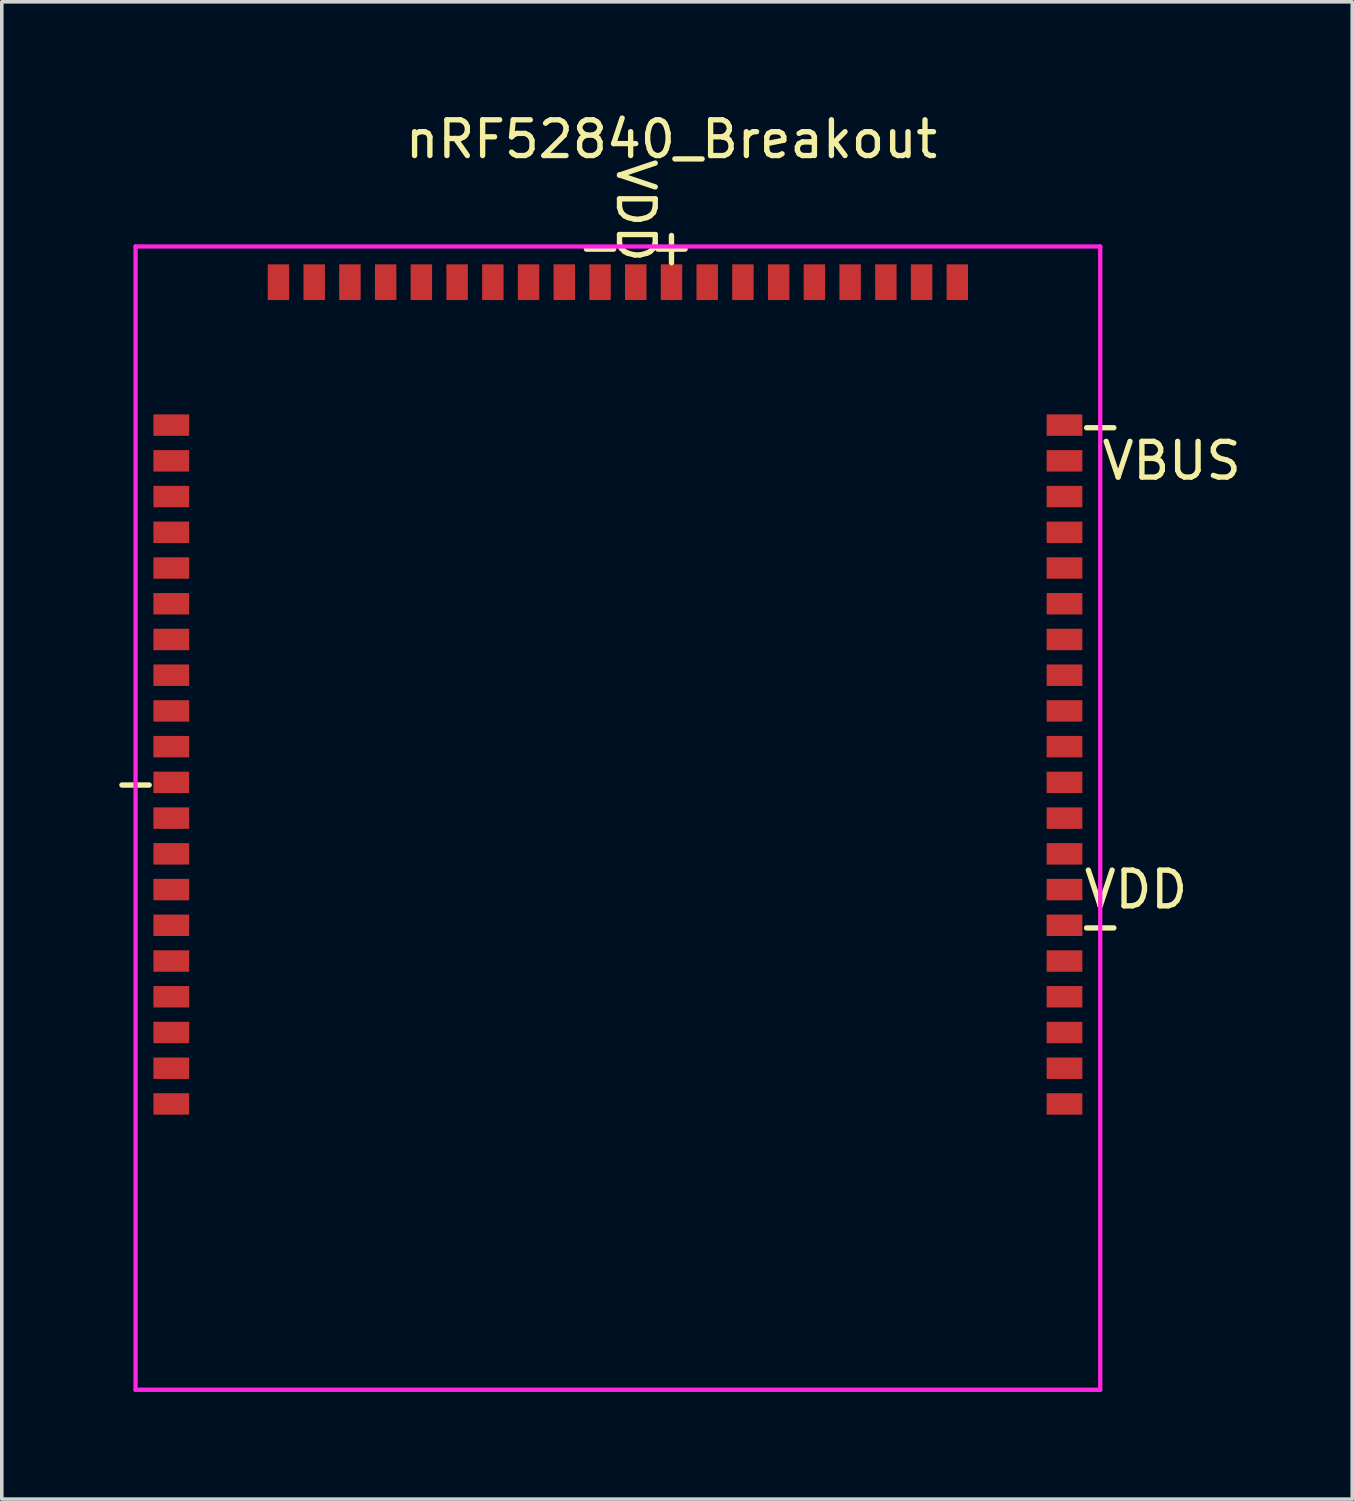
<source format=kicad_pcb>
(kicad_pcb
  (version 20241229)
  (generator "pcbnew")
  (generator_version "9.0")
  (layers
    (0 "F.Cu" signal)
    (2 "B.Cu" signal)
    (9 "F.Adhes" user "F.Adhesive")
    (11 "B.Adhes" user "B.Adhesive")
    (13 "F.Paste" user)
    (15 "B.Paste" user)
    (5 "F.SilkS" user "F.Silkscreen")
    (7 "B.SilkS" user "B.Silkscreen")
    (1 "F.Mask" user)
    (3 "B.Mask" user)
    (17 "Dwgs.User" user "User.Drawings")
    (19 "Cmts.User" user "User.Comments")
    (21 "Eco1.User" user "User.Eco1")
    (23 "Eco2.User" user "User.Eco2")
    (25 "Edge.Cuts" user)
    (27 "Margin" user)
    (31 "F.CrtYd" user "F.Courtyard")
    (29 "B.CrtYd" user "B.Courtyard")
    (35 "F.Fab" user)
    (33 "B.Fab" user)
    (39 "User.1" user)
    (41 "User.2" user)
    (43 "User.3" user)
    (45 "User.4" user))
  (footprint "nRF52840_Breakout"
    (layer "F.Cu")
    (at 14.744 4.848)
    (property "Reference" "nRF52840_Breakout" (at 1 -4 0) (unlocked yes) (layer "F.SilkS") (effects (font (size 1 1) (thickness 0.15))))
    (fp_line (start -14 -1) (end -14 31) (stroke (width 0.12) (type solid)) (layer "F.CrtYd"))
    (fp_line (start -14 31) (end 13 31) (stroke (width 0.12) (type solid)) (layer "F.CrtYd"))
    (fp_line (start 13 -1) (end -14 -1) (stroke (width 0.12) (type solid)) (layer "F.CrtYd"))
    (fp_line (start 13 31) (end 13 -1) (stroke (width 0.12) (type solid)) (layer "F.CrtYd"))
    (fp_text user "VDD" (at 14 17 0) (unlocked yes) (layer "F.SilkS") (effects (font (size 1 1) (thickness 0.15))))
    (fp_text user "-" (at -14 14 0) (unlocked yes) (layer "F.SilkS") (effects (font (size 1 1) (thickness 0.15))))
    (fp_text user "VDD" (at 0 -2 270) (unlocked yes) (layer "F.SilkS") (effects (font (size 1 1) (thickness 0.15))))
    (fp_text user "VBUS" (at 15 5 0) (unlocked yes) (layer "F.SilkS") (effects (font (size 1 1) (thickness 0.15))))
    (fp_text user "+" (at 1 -1 0) (unlocked yes) (layer "F.SilkS") (effects (font (size 1 1) (thickness 0.15))))
    (fp_text user "-" (at 13 18 0) (unlocked yes) (layer "F.SilkS") (effects (font (size 1 1) (thickness 0.15))))
    (fp_text user "-" (at 13 4 0) (unlocked yes) (layer "F.SilkS") (effects (font (size 1 1) (thickness 0.15))))
    (fp_text user "-" (at -1 -1 0) (unlocked yes) (layer "F.SilkS") (effects (font (size 1 1) (thickness 0.15))))
    (pad "A8" smd rect (at 12 22) (size 1 0.6) (layers "F.Cu" "F.Mask" "F.Paste"))
    (pad "A10" smd rect (at 12 20) (size 1 0.6) (layers "F.Cu" "F.Mask" "F.Paste"))
    (pad "A12" smd rect (at 12 21) (size 1 0.6) (layers "F.Cu" "F.Mask" "F.Paste"))
    (pad "A14" smd rect (at -13 21) (size 1 0.6) (layers "F.Cu" "F.Mask" "F.Paste"))
    (pad "A16" smd rect (at -13 19) (size 1 0.6) (layers "F.Cu" "F.Mask" "F.Paste"))
    (pad "A20" smd rect (at -13 16) (size 1 0.6) (layers "F.Cu" "F.Mask" "F.Paste"))
    (pad "AA24" smd rect (at -13 7) (size 1 0.6) (layers "F.Cu" "F.Mask" "F.Paste"))
    (pad "AC9" smd rect (at 6 0) (size 0.6 1) (layers "F.Cu" "F.Mask" "F.Paste"))
    (pad "AC11" smd rect (at 4 0) (size 0.6 1) (layers "F.Cu" "F.Mask" "F.Paste"))
    (pad "AC13" smd rect (at -13 5) (size 1 0.6) (layers "F.Cu" "F.Mask" "F.Paste"))
    (pad "AC15" smd rect (at 2 0) (size 0.6 1) (layers "F.Cu" "F.Mask" "F.Paste"))
    (pad "AC17" smd rect (at -5 0) (size 0.6 1) (layers "F.Cu" "F.Mask" "F.Paste"))
    (pad "AC19" smd rect (at -7 0) (size 0.6 1) (layers "F.Cu" "F.Mask" "F.Paste"))
    (pad "AC21" smd rect (at -9 0) (size 0.6 1) (layers "F.Cu" "F.Mask" "F.Paste"))
    (pad "AC24" smd rect (at -13 6) (size 1 0.6) (layers "F.Cu" "F.Mask" "F.Paste"))
    (pad "AD2" smd rect (at 12 5) (size 1 0.6) (layers "F.Cu" "F.Mask" "F.Paste"))
    (pad "AD4" smd rect (at 9 0) (size 0.6 1) (layers "F.Cu" "F.Mask" "F.Paste"))
    (pad "AD6" smd rect (at 8 0) (size 0.6 1) (layers "F.Cu" "F.Mask" "F.Paste"))
    (pad "AD8" smd rect (at 7 0) (size 0.6 1) (layers "F.Cu" "F.Mask" "F.Paste"))
    (pad "AD10" smd rect (at 5 0) (size 0.6 1) (layers "F.Cu" "F.Mask" "F.Paste"))
    (pad "AD12" smd rect (at 3 0) (size 0.6 1) (layers "F.Cu" "F.Mask" "F.Paste"))
    (pad "AD16" smd rect (at -4 0) (size 0.6 1) (layers "F.Cu" "F.Mask" "F.Paste"))
    (pad "AD18" smd rect (at -6 0) (size 0.6 1) (layers "F.Cu" "F.Mask" "F.Paste"))
    (pad "AD20" smd rect (at -8 0) (size 0.6 1) (layers "F.Cu" "F.Mask" "F.Paste"))
    (pad "AD22" smd rect (at -10 0) (size 0.6 1) (layers "F.Cu" "F.Mask" "F.Paste"))
    (pad "B1" smd rect (at 0 0) (size 0.6 1) (layers "F.Cu" "F.Mask" "F.Paste"))
    (pad "B7" smd rect (at -13 4) (size 1 0.6) (layers "F.Cu" "F.Mask" "F.Paste"))
    (pad "B7" smd rect (at -13 14) (size 1 0.6) (layers "F.Cu" "F.Mask" "F.Paste"))
    (pad "B7" smd rect (at -1 0) (size 0.6 1) (layers "F.Cu" "F.Mask" "F.Paste"))
    (pad "B7" smd rect (at 12 4) (size 1 0.6) (layers "F.Cu" "F.Mask" "F.Paste"))
    (pad "B7" smd rect (at 12 18) (size 1 0.6) (layers "F.Cu" "F.Mask" "F.Paste"))
    (pad "B7" smd rect (at 12 23) (size 1 0.6) (layers "F.Cu" "F.Mask" "F.Paste"))
    (pad "B9" smd rect (at 12 19) (size 1 0.6) (layers "F.Cu" "F.Mask" "F.Paste"))
    (pad "B11" smd rect (at -13 23) (size 1 0.6) (layers "F.Cu" "F.Mask" "F.Paste"))
    (pad "B13" smd rect (at -13 22) (size 1 0.6) (layers "F.Cu" "F.Mask" "F.Paste"))
    (pad "B15" smd rect (at -13 20) (size 1 0.6) (layers "F.Cu" "F.Mask" "F.Paste"))
    (pad "B17" smd rect (at -13 18) (size 1 0.6) (layers "F.Cu" "F.Mask" "F.Paste"))
    (pad "B19" smd rect (at -13 17) (size 1 0.6) (layers "F.Cu" "F.Mask" "F.Paste"))
    (pad "G1" smd rect (at 12 16) (size 1 0.6) (layers "F.Cu" "F.Mask" "F.Paste"))
    (pad "H2" smd rect (at 12 15) (size 1 0.6) (layers "F.Cu" "F.Mask" "F.Paste"))
    (pad "J1" smd rect (at 12 14) (size 1 0.6) (layers "F.Cu" "F.Mask" "F.Paste"))
    (pad "J24" smd rect (at -13 15) (size 1 0.6) (layers "F.Cu" "F.Mask" "F.Paste"))
    (pad "K2" smd rect (at 12 13) (size 1 0.6) (layers "F.Cu" "F.Mask" "F.Paste"))
    (pad "L1" smd rect (at 12 12) (size 1 0.6) (layers "F.Cu" "F.Mask" "F.Paste"))
    (pad "L24" smd rect (at -13 13) (size 1 0.6) (layers "F.Cu" "F.Mask" "F.Paste"))
    (pad "M2" smd rect (at 12 11) (size 1 0.6) (layers "F.Cu" "F.Mask" "F.Paste"))
    (pad "N1" smd rect (at 12 10) (size 1 0.6) (layers "F.Cu" "F.Mask" "F.Paste"))
    (pad "P2" smd rect (at 12 9) (size 1 0.6) (layers "F.Cu" "F.Mask" "F.Paste"))
    (pad "P23" smd rect (at -13 12) (size 1 0.6) (layers "F.Cu" "F.Mask" "F.Paste"))
    (pad "R1" smd rect (at 12 8) (size 1 0.6) (layers "F.Cu" "F.Mask" "F.Paste"))
    (pad "R24" smd rect (at -13 11) (size 1 0.6) (layers "F.Cu" "F.Mask" "F.Paste"))
    (pad "T2" smd rect (at 12 6) (size 1 0.6) (layers "F.Cu" "F.Mask" "F.Paste"))
    (pad "T23" smd rect (at -13 10) (size 1 0.6) (layers "F.Cu" "F.Mask" "F.Paste"))
    (pad "U1" smd rect (at 12 7) (size 1 0.6) (layers "F.Cu" "F.Mask" "F.Paste"))
    (pad "U24" smd rect (at -13 9) (size 1 0.6) (layers "F.Cu" "F.Mask" "F.Paste"))
    (pad "V23" smd rect (at -13 8) (size 1 0.6) (layers "F.Cu" "F.Mask" "F.Paste"))
    (pad "W1" smd rect (at 12 17) (size 1 0.6) (layers "F.Cu" "F.Mask" "F.Paste"))
    (pad "W25" smd rect (at -3 0) (size 0.6 1) (layers "F.Cu" "F.Mask" "F.Paste"))
    (pad "Y2" smd rect (at 1 0) (size 0.6 1) (layers "F.Cu" "F.Mask" "F.Paste"))
    (pad "Y23" smd rect (at -2 0) (size 0.6 1) (layers "F.Cu" "F.Mask" "F.Paste")))
  (gr_rect
    (start -3 -3)
    (end 34.798 38.908)
    (stroke (width 0.1) (type default))
    (fill no)
    (layer "Edge.Cuts")))
</source>
